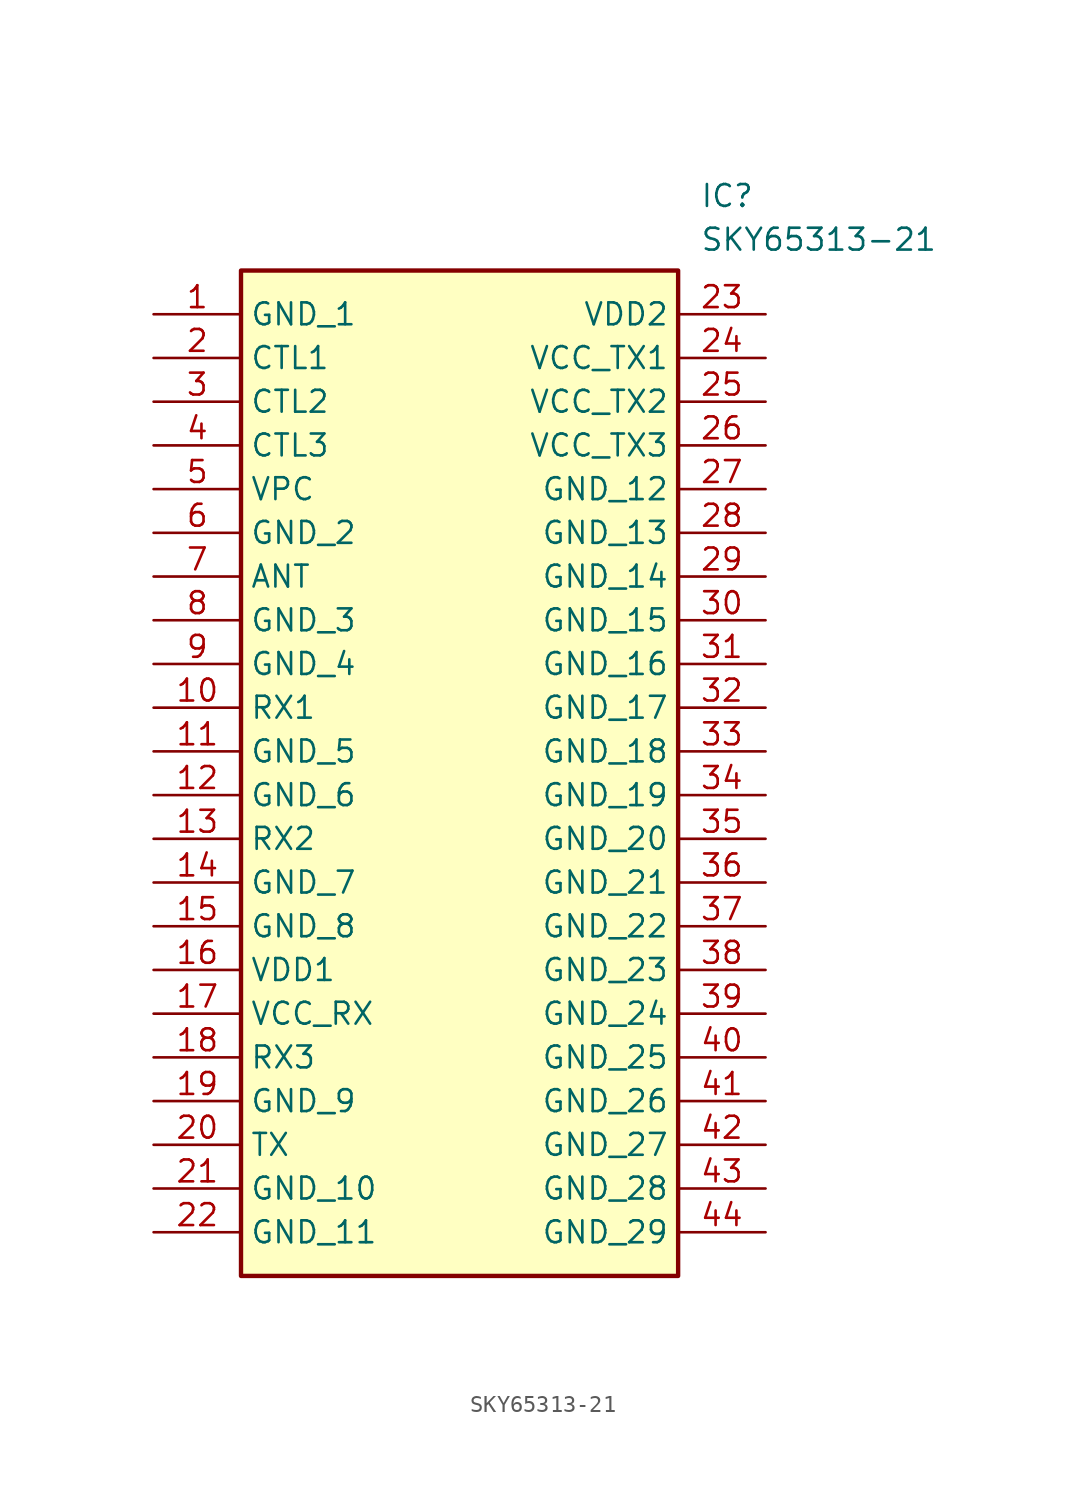
<source format=kicad_sym>
(kicad_symbol_lib
  (version 20211014)
  (generator SamacSys_ECAD_Model)
  (symbol "SKY65313-21"
    (property "Reference" "IC"
      (at 31.75 7.62 0)
      (effects (font (size 1.27 1.27)) (justify left top)))
    (property "Value" "SKY65313-21"
      (at 31.75 5.08 0)
      (effects (font (size 1.27 1.27)) (justify left top)))
    (rectangle
      (start 5.08 2.54)
      (end 30.48 -55.88)
      (stroke (width 0.254) (type default))
      (fill (type background)))
    (pin passive line
      (at 0 0 0)
      (length 5.08)
      (name "GND_1" (effects (font (size 1.27 1.27))))
      (number "1" (effects (font (size 1.27 1.27)))))
    (pin passive line
      (at 0 -2.54 0)
      (length 5.08)
      (name "CTL1" (effects (font (size 1.27 1.27))))
      (number "2" (effects (font (size 1.27 1.27)))))
    (pin passive line
      (at 0 -5.08 0)
      (length 5.08)
      (name "CTL2" (effects (font (size 1.27 1.27))))
      (number "3" (effects (font (size 1.27 1.27)))))
    (pin passive line
      (at 0 -7.62 0)
      (length 5.08)
      (name "CTL3" (effects (font (size 1.27 1.27))))
      (number "4" (effects (font (size 1.27 1.27)))))
    (pin passive line
      (at 0 -10.16 0)
      (length 5.08)
      (name "VPC" (effects (font (size 1.27 1.27))))
      (number "5" (effects (font (size 1.27 1.27)))))
    (pin passive line
      (at 0 -12.7 0)
      (length 5.08)
      (name "GND_2" (effects (font (size 1.27 1.27))))
      (number "6" (effects (font (size 1.27 1.27)))))
    (pin passive line
      (at 0 -15.24 0)
      (length 5.08)
      (name "ANT" (effects (font (size 1.27 1.27))))
      (number "7" (effects (font (size 1.27 1.27)))))
    (pin passive line
      (at 0 -17.78 0)
      (length 5.08)
      (name "GND_3" (effects (font (size 1.27 1.27))))
      (number "8" (effects (font (size 1.27 1.27)))))
    (pin passive line
      (at 0 -20.32 0)
      (length 5.08)
      (name "GND_4" (effects (font (size 1.27 1.27))))
      (number "9" (effects (font (size 1.27 1.27)))))
    (pin passive line
      (at 0 -22.86 0)
      (length 5.08)
      (name "RX1" (effects (font (size 1.27 1.27))))
      (number "10" (effects (font (size 1.27 1.27)))))
    (pin passive line
      (at 0 -25.4 0)
      (length 5.08)
      (name "GND_5" (effects (font (size 1.27 1.27))))
      (number "11" (effects (font (size 1.27 1.27)))))
    (pin passive line
      (at 0 -27.94 0)
      (length 5.08)
      (name "GND_6" (effects (font (size 1.27 1.27))))
      (number "12" (effects (font (size 1.27 1.27)))))
    (pin passive line
      (at 0 -30.48 0)
      (length 5.08)
      (name "RX2" (effects (font (size 1.27 1.27))))
      (number "13" (effects (font (size 1.27 1.27)))))
    (pin passive line
      (at 0 -33.02 0)
      (length 5.08)
      (name "GND_7" (effects (font (size 1.27 1.27))))
      (number "14" (effects (font (size 1.27 1.27)))))
    (pin passive line
      (at 0 -35.56 0)
      (length 5.08)
      (name "GND_8" (effects (font (size 1.27 1.27))))
      (number "15" (effects (font (size 1.27 1.27)))))
    (pin passive line
      (at 0 -38.1 0)
      (length 5.08)
      (name "VDD1" (effects (font (size 1.27 1.27))))
      (number "16" (effects (font (size 1.27 1.27)))))
    (pin passive line
      (at 0 -40.64 0)
      (length 5.08)
      (name "VCC_RX" (effects (font (size 1.27 1.27))))
      (number "17" (effects (font (size 1.27 1.27)))))
    (pin passive line
      (at 0 -43.18 0)
      (length 5.08)
      (name "RX3" (effects (font (size 1.27 1.27))))
      (number "18" (effects (font (size 1.27 1.27)))))
    (pin passive line
      (at 0 -45.72 0)
      (length 5.08)
      (name "GND_9" (effects (font (size 1.27 1.27))))
      (number "19" (effects (font (size 1.27 1.27)))))
    (pin passive line
      (at 0 -48.26 0)
      (length 5.08)
      (name "TX" (effects (font (size 1.27 1.27))))
      (number "20" (effects (font (size 1.27 1.27)))))
    (pin passive line
      (at 0 -50.8 0)
      (length 5.08)
      (name "GND_10" (effects (font (size 1.27 1.27))))
      (number "21" (effects (font (size 1.27 1.27)))))
    (pin passive line
      (at 0 -53.34 0)
      (length 5.08)
      (name "GND_11" (effects (font (size 1.27 1.27))))
      (number "22" (effects (font (size 1.27 1.27)))))
    (pin passive line
      (at 35.56 0 180)
      (length 5.08)
      (name "VDD2" (effects (font (size 1.27 1.27))))
      (number "23" (effects (font (size 1.27 1.27)))))
    (pin passive line
      (at 35.56 -2.54 180)
      (length 5.08)
      (name "VCC_TX1" (effects (font (size 1.27 1.27))))
      (number "24" (effects (font (size 1.27 1.27)))))
    (pin passive line
      (at 35.56 -5.08 180)
      (length 5.08)
      (name "VCC_TX2" (effects (font (size 1.27 1.27))))
      (number "25" (effects (font (size 1.27 1.27)))))
    (pin passive line
      (at 35.56 -7.62 180)
      (length 5.08)
      (name "VCC_TX3" (effects (font (size 1.27 1.27))))
      (number "26" (effects (font (size 1.27 1.27)))))
    (pin passive line
      (at 35.56 -10.16 180)
      (length 5.08)
      (name "GND_12" (effects (font (size 1.27 1.27))))
      (number "27" (effects (font (size 1.27 1.27)))))
    (pin passive line
      (at 35.56 -12.7 180)
      (length 5.08)
      (name "GND_13" (effects (font (size 1.27 1.27))))
      (number "28" (effects (font (size 1.27 1.27)))))
    (pin passive line
      (at 35.56 -15.24 180)
      (length 5.08)
      (name "GND_14" (effects (font (size 1.27 1.27))))
      (number "29" (effects (font (size 1.27 1.27)))))
    (pin passive line
      (at 35.56 -17.78 180)
      (length 5.08)
      (name "GND_15" (effects (font (size 1.27 1.27))))
      (number "30" (effects (font (size 1.27 1.27)))))
    (pin passive line
      (at 35.56 -20.32 180)
      (length 5.08)
      (name "GND_16" (effects (font (size 1.27 1.27))))
      (number "31" (effects (font (size 1.27 1.27)))))
    (pin passive line
      (at 35.56 -22.86 180)
      (length 5.08)
      (name "GND_17" (effects (font (size 1.27 1.27))))
      (number "32" (effects (font (size 1.27 1.27)))))
    (pin passive line
      (at 35.56 -25.4 180)
      (length 5.08)
      (name "GND_18" (effects (font (size 1.27 1.27))))
      (number "33" (effects (font (size 1.27 1.27)))))
    (pin passive line
      (at 35.56 -27.94 180)
      (length 5.08)
      (name "GND_19" (effects (font (size 1.27 1.27))))
      (number "34" (effects (font (size 1.27 1.27)))))
    (pin passive line
      (at 35.56 -30.48 180)
      (length 5.08)
      (name "GND_20" (effects (font (size 1.27 1.27))))
      (number "35" (effects (font (size 1.27 1.27)))))
    (pin passive line
      (at 35.56 -33.02 180)
      (length 5.08)
      (name "GND_21" (effects (font (size 1.27 1.27))))
      (number "36" (effects (font (size 1.27 1.27)))))
    (pin passive line
      (at 35.56 -35.56 180)
      (length 5.08)
      (name "GND_22" (effects (font (size 1.27 1.27))))
      (number "37" (effects (font (size 1.27 1.27)))))
    (pin passive line
      (at 35.56 -38.1 180)
      (length 5.08)
      (name "GND_23" (effects (font (size 1.27 1.27))))
      (number "38" (effects (font (size 1.27 1.27)))))
    (pin passive line
      (at 35.56 -40.64 180)
      (length 5.08)
      (name "GND_24" (effects (font (size 1.27 1.27))))
      (number "39" (effects (font (size 1.27 1.27)))))
    (pin passive line
      (at 35.56 -43.18 180)
      (length 5.08)
      (name "GND_25" (effects (font (size 1.27 1.27))))
      (number "40" (effects (font (size 1.27 1.27)))))
    (pin passive line
      (at 35.56 -45.72 180)
      (length 5.08)
      (name "GND_26" (effects (font (size 1.27 1.27))))
      (number "41" (effects (font (size 1.27 1.27)))))
    (pin passive line
      (at 35.56 -48.26 180)
      (length 5.08)
      (name "GND_27" (effects (font (size 1.27 1.27))))
      (number "42" (effects (font (size 1.27 1.27)))))
    (pin passive line
      (at 35.56 -50.8 180)
      (length 5.08)
      (name "GND_28" (effects (font (size 1.27 1.27))))
      (number "43" (effects (font (size 1.27 1.27)))))
    (pin passive line
      (at 35.56 -53.34 180)
      (length 5.08)
      (name "GND_29" (effects (font (size 1.27 1.27))))
      (number "44" (effects (font (size 1.27 1.27)))))))
</source>
